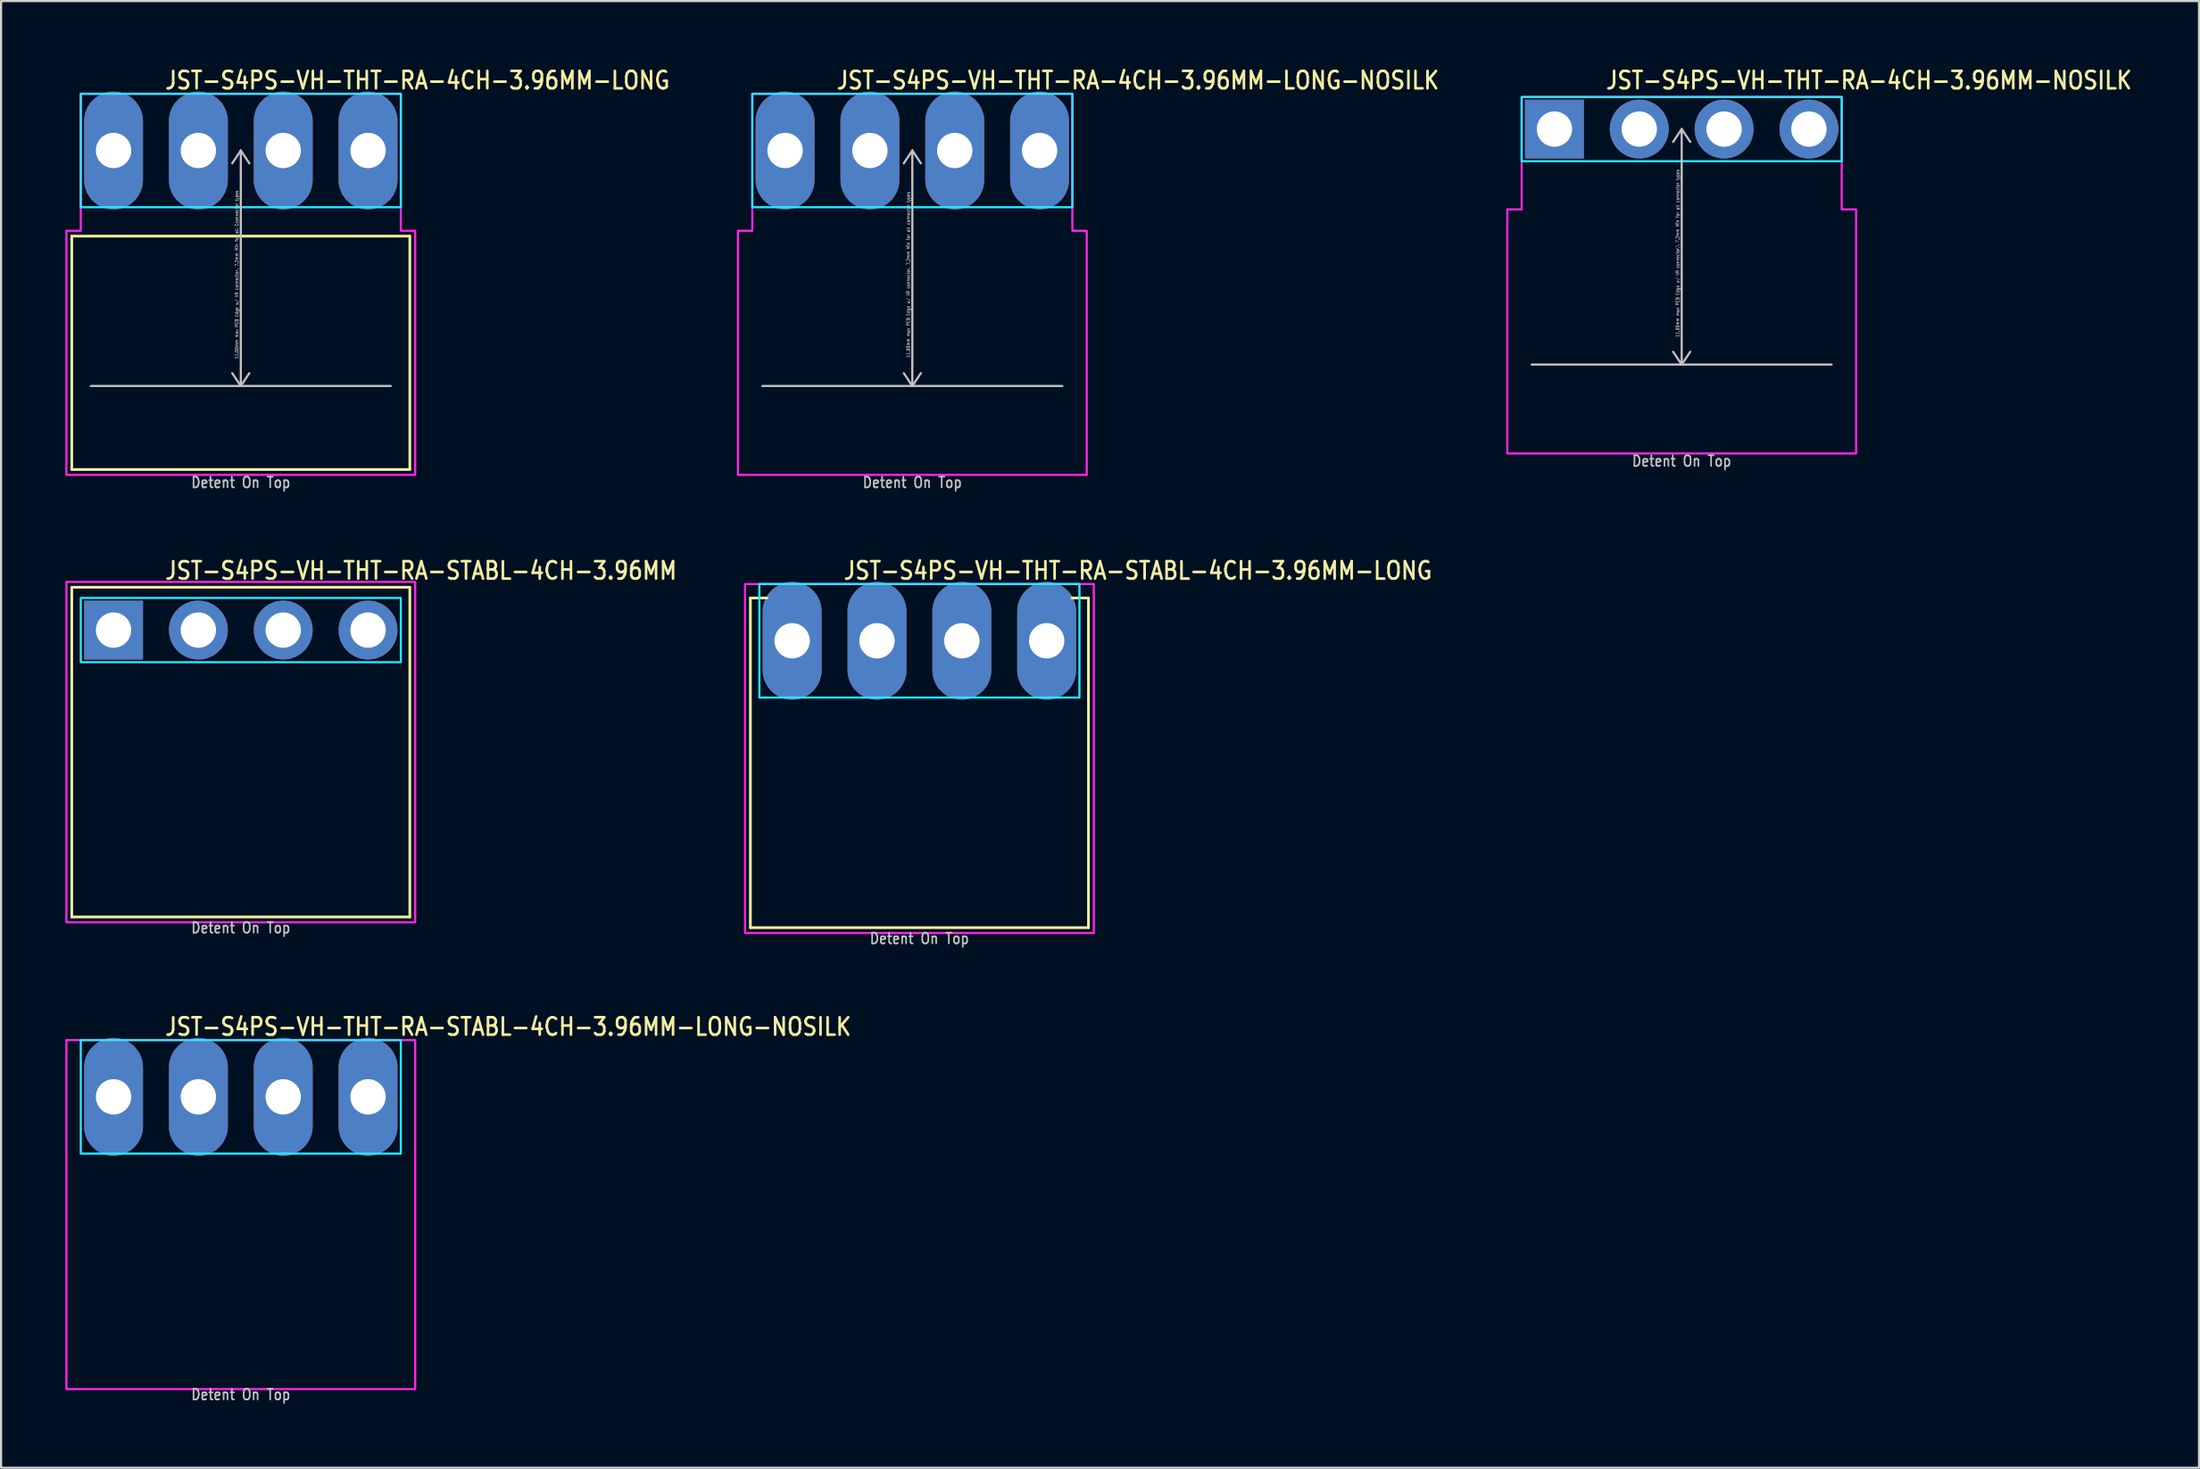
<source format=kicad_pcb>
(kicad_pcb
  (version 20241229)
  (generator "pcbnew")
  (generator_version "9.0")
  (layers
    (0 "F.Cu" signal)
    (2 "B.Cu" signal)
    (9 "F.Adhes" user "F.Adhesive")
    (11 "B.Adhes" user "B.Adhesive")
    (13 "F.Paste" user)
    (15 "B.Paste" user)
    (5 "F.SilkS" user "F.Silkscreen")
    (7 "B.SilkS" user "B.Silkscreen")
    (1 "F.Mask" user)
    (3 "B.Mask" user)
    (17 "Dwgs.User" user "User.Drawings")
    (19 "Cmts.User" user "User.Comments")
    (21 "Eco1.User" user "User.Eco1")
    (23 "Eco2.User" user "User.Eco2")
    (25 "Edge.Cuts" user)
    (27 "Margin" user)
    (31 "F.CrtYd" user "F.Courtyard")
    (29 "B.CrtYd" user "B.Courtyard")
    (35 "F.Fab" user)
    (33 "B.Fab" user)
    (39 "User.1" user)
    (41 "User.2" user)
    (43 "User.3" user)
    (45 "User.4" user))
  (footprint "JST-S4PS-VH-THT-RA-4CH-3.96MM-LONG"
    (layer "F.Cu")
    (at 8.19 3.979)
    (property "Reference" "JST-S4PS-VH-THT-RA-4CH-3.96MM-LONG" (at -3.6 -2.8 0) (unlocked yes) (layer "F.SilkS") (effects (font (size 0.813 0.695) (thickness 0.122)) (justify left bottom)))
    (fp_line (start -7.89 4) (end 7.89 4) (stroke (width 0.127) (type solid)) (layer "F.SilkS"))
    (fp_line (start -7.89 14.9) (end -7.89 4) (stroke (width 0.127) (type solid)) (layer "F.SilkS"))
    (fp_line (start -7.89 14.9) (end 7.89 14.9) (stroke (width 0.127) (type solid)) (layer "F.SilkS"))
    (fp_line (start 7.89 4) (end 7.89 14.9) (stroke (width 0.127) (type solid)) (layer "F.SilkS"))
    (fp_line (start -7 11) (end 7 11) (stroke (width 0.1) (type solid)) (layer "Dwgs.User"))
    (fp_line (start 0 0) (end -0.4 0.6) (stroke (width 0.1) (type solid)) (layer "Dwgs.User"))
    (fp_line (start 0 0) (end 0 11) (stroke (width 0.1) (type solid)) (layer "Dwgs.User"))
    (fp_line (start 0 0) (end 0.4 0.6) (stroke (width 0.1) (type solid)) (layer "Dwgs.User"))
    (fp_line (start 0 11) (end -0.4 10.4) (stroke (width 0.1) (type solid)) (layer "Dwgs.User"))
    (fp_line (start 0 11) (end 0.4 10.4) (stroke (width 0.1) (type solid)) (layer "Dwgs.User"))
    (fp_poly (pts (xy -7.47 -2.65) (xy -7.47 2.65) (xy 7.47 2.65) (xy 7.47 -2.65)) (stroke (width 0.1) (type solid)) (fill no) (layer "B.CrtYd"))
    (fp_poly (pts (xy -8.14 3.75) (xy -8.14 15.15) (xy 8.14 15.15) (xy 8.14 3.75) (xy 7.47 3.75) (xy 7.47 -2.65) (xy -7.47 -2.65) (xy -7.47 3.75)) (stroke (width 0.1) (type solid)) (fill no) (layer "F.CrtYd"))
    (fp_text user "Detent On Top" (at 0 15.8 0) (unlocked yes) (layer "Dwgs.User") (effects (font (size 0.5 0.427) (thickness 0.075)) (justify bottom)))
    (fp_text user "11.00mm max PCB Edge w/ VR connector, 7.2mm Min for all Cconnector types" (at -0.1 5.8 90) (unlocked yes) (layer "Dwgs.User") (effects (font (size 0.15 0.128) (thickness 0.022)) (justify bottom)))
    (pad "P$1" thru_hole oval (at -5.94 0 90) (size 5.5 2.75) (drill 1.65) (layers "*.Cu" "*.Mask"))
    (pad "P$2" thru_hole oval (at -1.98 0 90) (size 5.5 2.75) (drill 1.65) (layers "*.Cu" "*.Mask"))
    (pad "P$3" thru_hole oval (at 1.98 0 90) (size 5.5 2.75) (drill 1.65) (layers "*.Cu" "*.Mask"))
    (pad "P$4" thru_hole oval (at 5.94 0 90) (size 5.5 2.75) (drill 1.65) (layers "*.Cu" "*.Mask")))
  (footprint "JST-S4PS-VH-THT-RA-STABL-4CH-3.96MM"
    (layer "F.Cu")
    (at 8.19 26.38)
    (property "Reference" "JST-S4PS-VH-THT-RA-STABL-4CH-3.96MM" (at -3.6 -2.3 0) (unlocked yes) (layer "F.SilkS") (effects (font (size 0.813 0.695) (thickness 0.122)) (justify left bottom)))
    (fp_line (start -7.89 -2) (end 7.89 -2) (stroke (width 0.127) (type solid)) (layer "F.SilkS"))
    (fp_line (start -7.89 13.4) (end -7.89 -2) (stroke (width 0.127) (type solid)) (layer "F.SilkS"))
    (fp_line (start -7.89 13.4) (end 7.89 13.4) (stroke (width 0.127) (type solid)) (layer "F.SilkS"))
    (fp_line (start 7.89 -2) (end 7.89 13.4) (stroke (width 0.127) (type solid)) (layer "F.SilkS"))
    (fp_poly (pts (xy -7.47 -1.5) (xy -7.47 1.5) (xy 7.47 1.5) (xy 7.47 -1.5)) (stroke (width 0.1) (type solid)) (fill no) (layer "B.CrtYd"))
    (fp_poly (pts (xy -8.14 13.65) (xy 8.14 13.65) (xy 8.14 -2.25) (xy -8.14 -2.25)) (stroke (width 0.1) (type solid)) (fill no) (layer "F.CrtYd"))
    (fp_text user "Detent On Top" (at 0 14.2 0) (unlocked yes) (layer "Dwgs.User") (effects (font (size 0.5 0.427) (thickness 0.075)) (justify bottom)))
    (pad "P$1" thru_hole rect (at -5.94 0) (size 2.75 2.75) (drill 1.65) (layers "*.Cu" "*.Mask"))
    (pad "P$2" thru_hole oval (at -1.98 0) (size 2.75 2.75) (drill 1.65) (layers "*.Cu" "*.Mask"))
    (pad "P$3" thru_hole oval (at 1.98 0) (size 2.75 2.75) (drill 1.65) (layers "*.Cu" "*.Mask"))
    (pad "P$4" thru_hole oval (at 5.94 0) (size 2.75 2.75) (drill 1.65) (layers "*.Cu" "*.Mask")))
  (footprint "JST-S4PS-VH-THT-RA-4CH-3.96MM-NOSILK"
    (layer "F.Cu")
    (at 75.448 2.979)
    (property "Reference" "JST-S4PS-VH-THT-RA-4CH-3.96MM-NOSILK" (at -3.6 -1.8 0) (unlocked yes) (layer "F.SilkS") (effects (font (size 0.813 0.695) (thickness 0.122)) (justify left bottom)))
    (fp_line (start -7 11) (end 7 11) (stroke (width 0.1) (type solid)) (layer "Dwgs.User"))
    (fp_line (start 0 0) (end -0.4 0.6) (stroke (width 0.1) (type solid)) (layer "Dwgs.User"))
    (fp_line (start 0 0) (end 0 11) (stroke (width 0.1) (type solid)) (layer "Dwgs.User"))
    (fp_line (start 0 0) (end 0.4 0.6) (stroke (width 0.1) (type solid)) (layer "Dwgs.User"))
    (fp_line (start 0 11) (end -0.4 10.4) (stroke (width 0.1) (type solid)) (layer "Dwgs.User"))
    (fp_line (start 0 11) (end 0.4 10.4) (stroke (width 0.1) (type solid)) (layer "Dwgs.User"))
    (fp_poly (pts (xy -7.47 -1.5) (xy -7.47 1.5) (xy 7.47 1.5) (xy 7.47 -1.5)) (stroke (width 0.1) (type solid)) (fill no) (layer "B.CrtYd"))
    (fp_poly (pts (xy -8.14 3.75) (xy -8.14 15.15) (xy 8.14 15.15) (xy 8.14 3.75) (xy 7.47 3.75) (xy 7.47 -1.5) (xy -7.47 -1.5) (xy -7.47 3.75)) (stroke (width 0.1) (type solid)) (fill no) (layer "F.CrtYd"))
    (fp_text user "11.00mm max PCB Edge w/ VR connector,\\ 7.2mm Min for all connector types" (at -0.1 5.8 90) (unlocked yes) (layer "Dwgs.User") (effects (font (size 0.15 0.128) (thickness 0.022)) (justify bottom)))
    (fp_text user "Detent On Top" (at 0 15.8 0) (unlocked yes) (layer "Dwgs.User") (effects (font (size 0.5 0.427) (thickness 0.075)) (justify bottom)))
    (pad "P$1" thru_hole rect (at -5.94 0) (size 2.75 2.75) (drill 1.65) (layers "*.Cu" "*.Mask"))
    (pad "P$2" thru_hole oval (at -1.98 0) (size 2.75 2.75) (drill 1.65) (layers "*.Cu" "*.Mask"))
    (pad "P$3" thru_hole oval (at 1.98 0) (size 2.75 2.75) (drill 1.65) (layers "*.Cu" "*.Mask"))
    (pad "P$4" thru_hole oval (at 5.94 0) (size 2.75 2.75) (drill 1.65) (layers "*.Cu" "*.Mask")))
  (footprint "JST-S4PS-VH-THT-RA-STABL-4CH-3.96MM-LONG"
    (layer "F.Cu")
    (at 39.867 26.88)
    (property "Reference" "JST-S4PS-VH-THT-RA-STABL-4CH-3.96MM-LONG" (at -3.6 -2.8 0) (unlocked yes) (layer "F.SilkS") (effects (font (size 0.813 0.695) (thickness 0.122)) (justify left bottom)))
    (fp_line (start -7.89 -2) (end -7.12 -2) (stroke (width 0.127) (type solid)) (layer "F.SilkS"))
    (fp_line (start -7.89 13.4) (end -7.89 -2) (stroke (width 0.127) (type solid)) (layer "F.SilkS"))
    (fp_line (start -7.89 13.4) (end 7.89 13.4) (stroke (width 0.127) (type solid)) (layer "F.SilkS"))
    (fp_line (start 7.89 -2) (end 7.12 -2) (stroke (width 0.127) (type solid)) (layer "F.SilkS"))
    (fp_line (start 7.89 -2) (end 7.89 13.4) (stroke (width 0.127) (type solid)) (layer "F.SilkS"))
    (fp_poly (pts (xy -7.47 -2.65) (xy -7.47 2.65) (xy 7.47 2.65) (xy 7.47 -2.65)) (stroke (width 0.1) (type solid)) (fill no) (layer "B.CrtYd"))
    (fp_poly (pts (xy -8.14 -2.65) (xy -8.14 13.65) (xy 8.14 13.65) (xy 8.14 -2.65)) (stroke (width 0.1) (type solid)) (fill no) (layer "F.CrtYd"))
    (fp_text user "Detent On Top" (at 0 14.2 0) (unlocked yes) (layer "Dwgs.User") (effects (font (size 0.5 0.427) (thickness 0.075)) (justify bottom)))
    (pad "P$1" thru_hole oval (at -5.94 0 90) (size 5.5 2.75) (drill 1.65) (layers "*.Cu" "*.Mask"))
    (pad "P$2" thru_hole oval (at -1.98 0 90) (size 5.5 2.75) (drill 1.65) (layers "*.Cu" "*.Mask"))
    (pad "P$3" thru_hole oval (at 1.98 0 90) (size 5.5 2.75) (drill 1.65) (layers "*.Cu" "*.Mask"))
    (pad "P$4" thru_hole oval (at 5.94 0 90) (size 5.5 2.75) (drill 1.65) (layers "*.Cu" "*.Mask")))
  (footprint "JST-S4PS-VH-THT-RA-4CH-3.96MM-LONG-NOSILK"
    (layer "F.Cu")
    (at 39.536 3.979)
    (property "Reference" "JST-S4PS-VH-THT-RA-4CH-3.96MM-LONG-NOSILK" (at -3.6 -2.8 0) (unlocked yes) (layer "F.SilkS") (effects (font (size 0.813 0.695) (thickness 0.122)) (justify left bottom)))
    (fp_line (start -7 11) (end 7 11) (stroke (width 0.1) (type solid)) (layer "Dwgs.User"))
    (fp_line (start 0 0) (end -0.4 0.6) (stroke (width 0.1) (type solid)) (layer "Dwgs.User"))
    (fp_line (start 0 0) (end 0 11) (stroke (width 0.1) (type solid)) (layer "Dwgs.User"))
    (fp_line (start 0 0) (end 0.4 0.6) (stroke (width 0.1) (type solid)) (layer "Dwgs.User"))
    (fp_line (start 0 11) (end -0.4 10.4) (stroke (width 0.1) (type solid)) (layer "Dwgs.User"))
    (fp_line (start 0 11) (end 0.4 10.4) (stroke (width 0.1) (type solid)) (layer "Dwgs.User"))
    (fp_poly (pts (xy -7.47 -2.65) (xy -7.47 2.65) (xy 7.47 2.65) (xy 7.47 -2.65)) (stroke (width 0.1) (type solid)) (fill no) (layer "B.CrtYd"))
    (fp_poly (pts (xy -8.14 3.75) (xy -8.14 15.15) (xy 8.14 15.15) (xy 8.14 3.75) (xy 7.47 3.75) (xy 7.47 -2.65) (xy -7.47 -2.65) (xy -7.47 3.75)) (stroke (width 0.1) (type solid)) (fill no) (layer "F.CrtYd"))
    (fp_text user "11.00mm max PCB Edge w/ VR connector, 7.2mm Min for all connector types" (at -0.1 5.8 90) (unlocked yes) (layer "Dwgs.User") (effects (font (size 0.15 0.128) (thickness 0.022)) (justify bottom)))
    (fp_text user "Detent On Top" (at 0 15.8 0) (unlocked yes) (layer "Dwgs.User") (effects (font (size 0.5 0.427) (thickness 0.075)) (justify bottom)))
    (pad "P$1" thru_hole oval (at -5.94 0 90) (size 5.5 2.75) (drill 1.65) (layers "*.Cu" "*.Mask"))
    (pad "P$2" thru_hole oval (at -1.98 0 90) (size 5.5 2.75) (drill 1.65) (layers "*.Cu" "*.Mask"))
    (pad "P$3" thru_hole oval (at 1.98 0 90) (size 5.5 2.75) (drill 1.65) (layers "*.Cu" "*.Mask"))
    (pad "P$4" thru_hole oval (at 5.94 0 90) (size 5.5 2.75) (drill 1.65) (layers "*.Cu" "*.Mask")))
  (footprint "JST-S4PS-VH-THT-RA-STABL-4CH-3.96MM-LONG-NOSILK"
    (layer "F.Cu")
    (at 8.19 48.182)
    (property "Reference" "JST-S4PS-VH-THT-RA-STABL-4CH-3.96MM-LONG-NOSILK" (at -3.6 -2.8 0) (unlocked yes) (layer "F.SilkS") (effects (font (size 0.813 0.695) (thickness 0.122)) (justify left bottom)))
    (fp_poly (pts (xy -7.47 -2.65) (xy -7.47 2.65) (xy 7.47 2.65) (xy 7.47 -2.65)) (stroke (width 0.1) (type solid)) (fill no) (layer "B.CrtYd"))
    (fp_poly (pts (xy -8.14 -2.65) (xy -8.14 13.65) (xy 8.14 13.65) (xy 8.14 -2.65)) (stroke (width 0.1) (type solid)) (fill no) (layer "F.CrtYd"))
    (fp_text user "Detent On Top" (at 0 14.2 0) (unlocked yes) (layer "Dwgs.User") (effects (font (size 0.5 0.427) (thickness 0.075)) (justify bottom)))
    (pad "P$1" thru_hole oval (at -5.94 0 90) (size 5.5 2.75) (drill 1.65) (layers "*.Cu" "*.Mask"))
    (pad "P$2" thru_hole oval (at -1.98 0 90) (size 5.5 2.75) (drill 1.65) (layers "*.Cu" "*.Mask"))
    (pad "P$3" thru_hole oval (at 1.98 0 90) (size 5.5 2.75) (drill 1.65) (layers "*.Cu" "*.Mask"))
    (pad "P$4" thru_hole oval (at 5.94 0 90) (size 5.5 2.75) (drill 1.65) (layers "*.Cu" "*.Mask")))
  (gr_rect
    (start -3 -3)
    (end 99.596 65.505)
    (stroke (width 0.1) (type default))
    (fill no)
    (layer "Edge.Cuts")))
</source>
